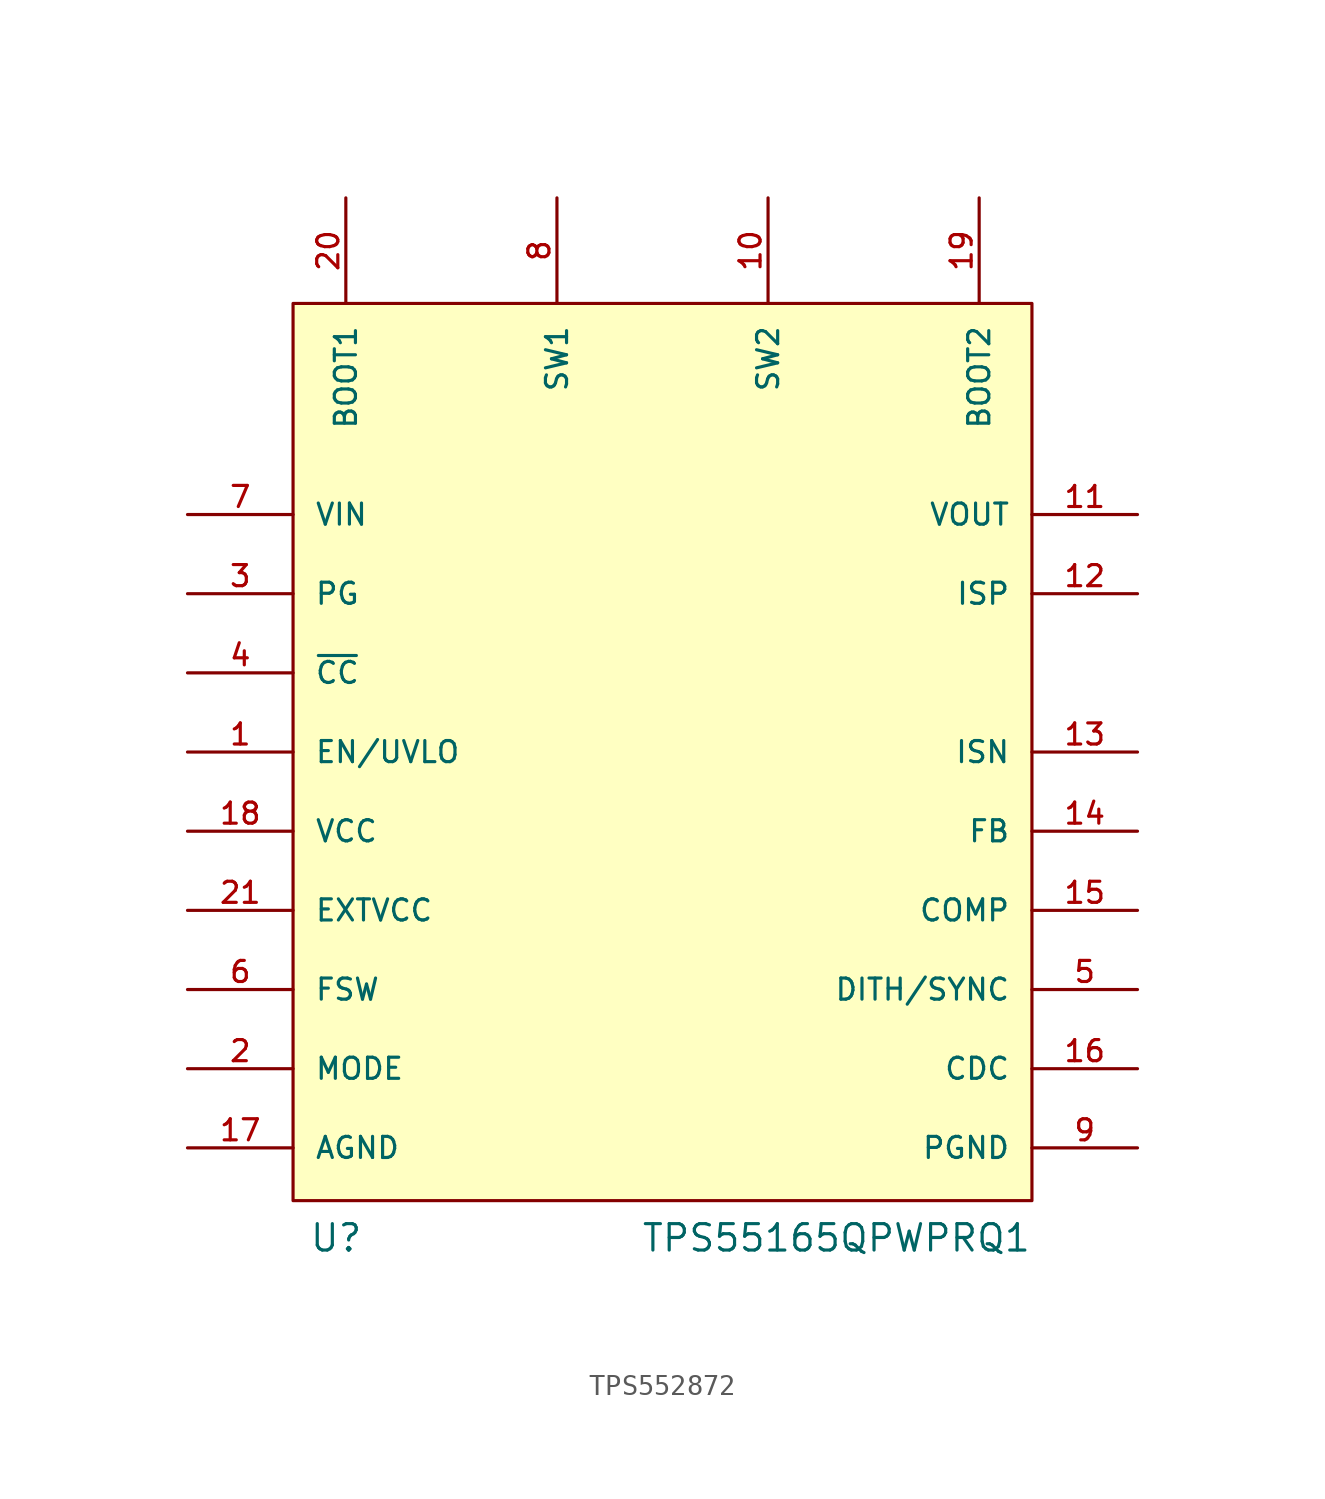
<source format=kicad_sym>
(kicad_symbol_lib
  (version 20231120)
  (generator "kicad_symbol_editor")
  (generator_version "8.0")
  (symbol "TPS552872"
    (pin_names
      (offset 1.016))
    (property "Reference" "U"
      (at -17.018 -22.86 0)
      (effects (font (size 1.27 1.27)) (justify left bottom)))
    (property "Value" "TPS55165QPWPRQ1"
      (at 17.78 -22.86 0)
      (effects (font (size 1.27 1.27)) (justify right bottom)))
    (symbol "TPS552872_0_0"
      (rectangle (start -17.78 22.86) (end 17.78 -20.32) (stroke (width 0.152) (type default)) (fill (type background))))
    (symbol "TPS552872_1_0"
      (pin input line (at -22.86 1.27 0) (length 5.08) (name "EN/UVLO" (effects (font (size 1.016 1.016)))) (number "1" (effects (font (size 1.016 1.016)))))
      (pin power_in line (at 5.08 27.94 270) (length 5.08) (name "SW2" (effects (font (size 1.016 1.016)))) (number "10" (effects (font (size 1.016 1.016)))))
      (pin power_out line (at 22.86 12.7 180) (length 5.08) (name "VOUT" (effects (font (size 1.016 1.016)))) (number "11" (effects (font (size 1.016 1.016)))))
      (pin input line (at 22.86 8.89 180) (length 5.08) (name "ISP" (effects (font (size 1.016 1.016)))) (number "12" (effects (font (size 1.016 1.016)))))
      (pin input line (at 22.86 1.27 180) (length 5.08) (name "ISN" (effects (font (size 1.016 1.016)))) (number "13" (effects (font (size 1.016 1.016)))))
      (pin input line (at 22.86 -2.54 180) (length 5.08) (name "FB" (effects (font (size 1.016 1.016)))) (number "14" (effects (font (size 1.016 1.016)))))
      (pin output line (at 22.86 -6.35 180) (length 5.08) (name "COMP" (effects (font (size 1.016 1.016)))) (number "15" (effects (font (size 1.016 1.016)))))
      (pin output line (at 22.86 -13.97 180) (length 5.08) (name "CDC" (effects (font (size 1.016 1.016)))) (number "16" (effects (font (size 1.016 1.016)))))
      (pin power_in line (at -22.86 -17.78 0) (length 5.08) (name "AGND" (effects (font (size 1.016 1.016)))) (number "17" (effects (font (size 1.016 1.016)))))
      (pin output line (at -22.86 -2.54 0) (length 5.08) (name "VCC" (effects (font (size 1.016 1.016)))) (number "18" (effects (font (size 1.016 1.016)))))
      (pin output line (at 15.24 27.94 270) (length 5.08) (name "BOOT2" (effects (font (size 1.016 1.016)))) (number "19" (effects (font (size 1.016 1.016)))))
      (pin input line (at -22.86 -13.97 0) (length 5.08) (name "MODE" (effects (font (size 1.016 1.016)))) (number "2" (effects (font (size 1.016 1.016)))))
      (pin output line (at -15.24 27.94 270) (length 5.08) (name "BOOT1" (effects (font (size 1.016 1.016)))) (number "20" (effects (font (size 1.016 1.016)))))
      (pin power_in line (at -22.86 -6.35 0) (length 5.08) (name "EXTVCC" (effects (font (size 1.016 1.016)))) (number "21" (effects (font (size 1.016 1.016)))))
      (pin open_collector line (at -22.86 8.89 0) (length 5.08) (name "PG" (effects (font (size 1.016 1.016)))) (number "3" (effects (font (size 1.016 1.016)))))
      (pin output line (at -22.86 5.08 0) (length 5.08) (name "~{CC}" (effects (font (size 1.016 1.016)))) (number "4" (effects (font (size 1.016 1.016)))))
      (pin input line (at 22.86 -10.16 180) (length 5.08) (name "DITH/SYNC" (effects (font (size 1.016 1.016)))) (number "5" (effects (font (size 1.016 1.016)))))
      (pin input line (at -22.86 -10.16 0) (length 5.08) (name "FSW" (effects (font (size 1.016 1.016)))) (number "6" (effects (font (size 1.016 1.016)))))
      (pin power_in line (at -22.86 12.7 0) (length 5.08) (name "VIN" (effects (font (size 1.016 1.016)))) (number "7" (effects (font (size 1.016 1.016)))))
      (pin power_in line (at -5.08 27.94 270) (length 5.08) (name "SW1" (effects (font (size 1.016 1.016)))) (number "8" (effects (font (size 1.016 1.016)))))
      (pin power_in line (at 22.86 -17.78 180) (length 5.08) (name "PGND" (effects (font (size 1.016 1.016)))) (number "9" (effects (font (size 1.016 1.016))))))))
</source>
